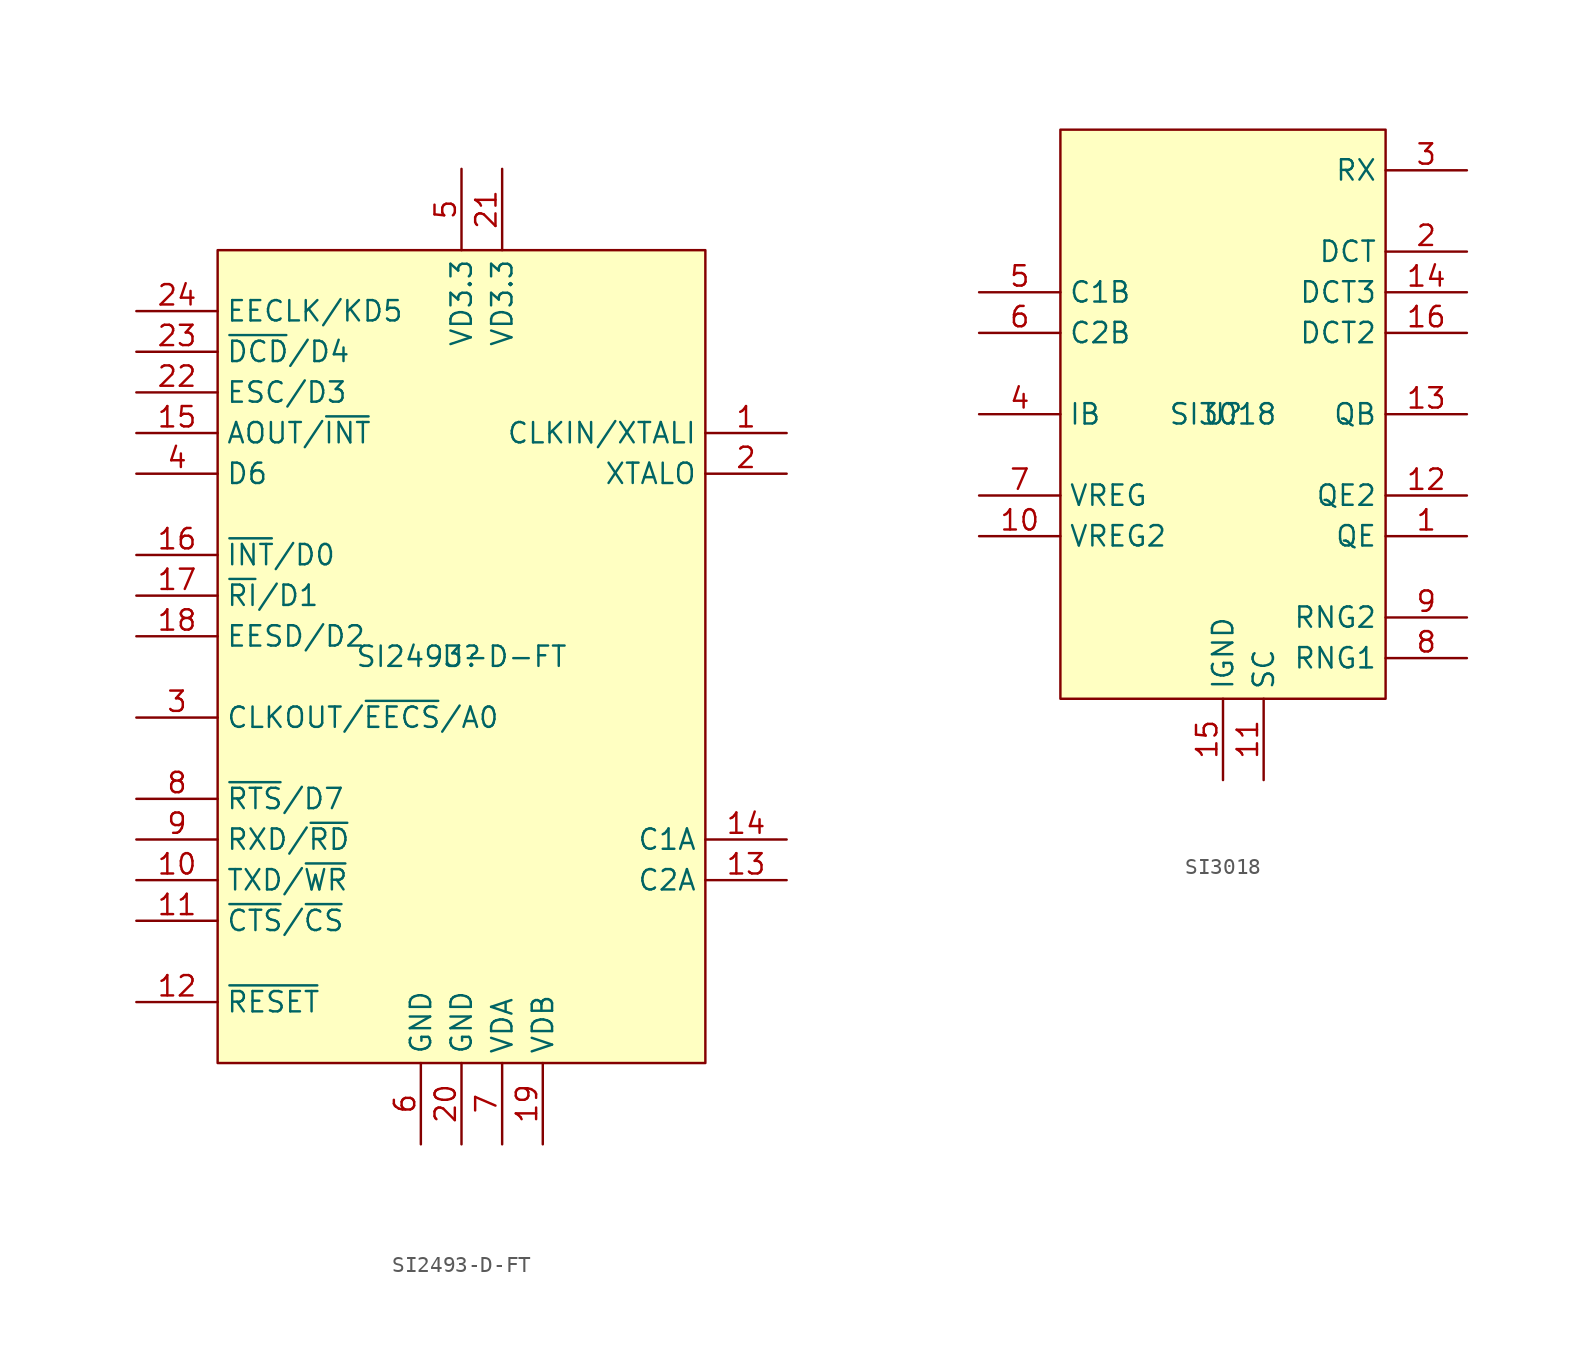
<source format=kicad_sym>
(kicad_symbol_lib
  (version 20231120)
  (generator "kicad_symbol_editor")
  (generator_version "8.0")
  (symbol "SI2493-D-FT"
    (property "Reference" "U"
      (at 0 0 0)
      (effects (font (size 1.27 1.27))))
    (property "Value" "SI2493-D-FT"
      (at 0 0 0)
      (effects (font (size 1.27 1.27))))
    (symbol "SI2493-D-FT_1_1"
      (rectangle (start -15.24 25.4) (end 15.24 -25.4) (stroke (width 0) (type default)) (fill (type background)))
      (pin input line (at 20.32 13.97 180) (length 5.08) (name "CLKIN/XTALI" (effects (font (size 1.27 1.27)))) (number "1" (effects (font (size 1.27 1.27)))))
      (pin bidirectional line (at -20.32 -13.97 0) (length 5.08) (name "TXD/~{WR}" (effects (font (size 1.27 1.27)))) (number "10" (effects (font (size 1.27 1.27)))))
      (pin bidirectional line (at -20.32 -16.51 0) (length 5.08) (name "~{CTS}/~{CS}" (effects (font (size 1.27 1.27)))) (number "11" (effects (font (size 1.27 1.27)))))
      (pin bidirectional line (at -20.32 -21.59 0) (length 5.08) (name "~{RESET}" (effects (font (size 1.27 1.27)))) (number "12" (effects (font (size 1.27 1.27)))))
      (pin bidirectional line (at 20.32 -13.97 180) (length 5.08) (name "C2A" (effects (font (size 1.27 1.27)))) (number "13" (effects (font (size 1.27 1.27)))))
      (pin bidirectional line (at 20.32 -11.43 180) (length 5.08) (name "C1A" (effects (font (size 1.27 1.27)))) (number "14" (effects (font (size 1.27 1.27)))))
      (pin bidirectional line (at -20.32 13.97 0) (length 5.08) (name "AOUT/~{INT}" (effects (font (size 1.27 1.27)))) (number "15" (effects (font (size 1.27 1.27)))))
      (pin bidirectional line (at -20.32 6.35 0) (length 5.08) (name "~{INT}/D0" (effects (font (size 1.27 1.27)))) (number "16" (effects (font (size 1.27 1.27)))))
      (pin bidirectional line (at -20.32 3.81 0) (length 5.08) (name "~{RI}/D1" (effects (font (size 1.27 1.27)))) (number "17" (effects (font (size 1.27 1.27)))))
      (pin bidirectional line (at -20.32 1.27 0) (length 5.08) (name "EESD/D2" (effects (font (size 1.27 1.27)))) (number "18" (effects (font (size 1.27 1.27)))))
      (pin power_in line (at 5.08 -30.48 90) (length 5.08) (name "VDB" (effects (font (size 1.27 1.27)))) (number "19" (effects (font (size 1.27 1.27)))))
      (pin output line (at 20.32 11.43 180) (length 5.08) (name "XTALO" (effects (font (size 1.27 1.27)))) (number "2" (effects (font (size 1.27 1.27)))))
      (pin power_in line (at 0 -30.48 90) (length 5.08) (name "GND" (effects (font (size 1.27 1.27)))) (number "20" (effects (font (size 1.27 1.27)))))
      (pin power_in line (at 2.54 30.48 270) (length 5.08) (name "VD3.3" (effects (font (size 1.27 1.27)))) (number "21" (effects (font (size 1.27 1.27)))))
      (pin bidirectional line (at -20.32 16.51 0) (length 5.08) (name "ESC/D3" (effects (font (size 1.27 1.27)))) (number "22" (effects (font (size 1.27 1.27)))))
      (pin bidirectional line (at -20.32 19.05 0) (length 5.08) (name "~{DCD}/D4" (effects (font (size 1.27 1.27)))) (number "23" (effects (font (size 1.27 1.27)))))
      (pin bidirectional line (at -20.32 21.59 0) (length 5.08) (name "EECLK/KD5" (effects (font (size 1.27 1.27)))) (number "24" (effects (font (size 1.27 1.27)))))
      (pin bidirectional line (at -20.32 -3.81 0) (length 5.08) (name "CLKOUT/~{EECS}/A0" (effects (font (size 1.27 1.27)))) (number "3" (effects (font (size 1.27 1.27)))))
      (pin bidirectional line (at -20.32 11.43 0) (length 5.08) (name "D6" (effects (font (size 1.27 1.27)))) (number "4" (effects (font (size 1.27 1.27)))))
      (pin power_in line (at 0 30.48 270) (length 5.08) (name "VD3.3" (effects (font (size 1.27 1.27)))) (number "5" (effects (font (size 1.27 1.27)))))
      (pin power_in line (at -2.54 -30.48 90) (length 5.08) (name "GND" (effects (font (size 1.27 1.27)))) (number "6" (effects (font (size 1.27 1.27)))))
      (pin power_in line (at 2.54 -30.48 90) (length 5.08) (name "VDA" (effects (font (size 1.27 1.27)))) (number "7" (effects (font (size 1.27 1.27)))))
      (pin bidirectional line (at -20.32 -8.89 0) (length 5.08) (name "~{RTS}/D7" (effects (font (size 1.27 1.27)))) (number "8" (effects (font (size 1.27 1.27)))))
      (pin bidirectional line (at -20.32 -11.43 0) (length 5.08) (name "RXD/~{RD}" (effects (font (size 1.27 1.27)))) (number "9" (effects (font (size 1.27 1.27)))))))
  (symbol "SI3018"
    (property "Reference" "U"
      (at 0 0 0)
      (effects (font (size 1.27 1.27))))
    (property "Value" "SI3018"
      (at 0 0 0)
      (effects (font (size 1.27 1.27))))
    (symbol "SI3018_1_1"
      (rectangle (start -10.16 17.78) (end 10.16 -17.78) (stroke (width 0) (type default)) (fill (type background)))
      (pin bidirectional line (at 15.24 -7.62 180) (length 5.08) (name "QE" (effects (font (size 1.27 1.27)))) (number "1" (effects (font (size 1.27 1.27)))))
      (pin power_out line (at -15.24 -7.62 0) (length 5.08) (name "VREG2" (effects (font (size 1.27 1.27)))) (number "10" (effects (font (size 1.27 1.27)))))
      (pin input line (at 2.54 -22.86 90) (length 5.08) (name "SC" (effects (font (size 1.27 1.27)))) (number "11" (effects (font (size 1.27 1.27)))))
      (pin bidirectional line (at 15.24 -5.08 180) (length 5.08) (name "QE2" (effects (font (size 1.27 1.27)))) (number "12" (effects (font (size 1.27 1.27)))))
      (pin output line (at 15.24 0 180) (length 5.08) (name "QB" (effects (font (size 1.27 1.27)))) (number "13" (effects (font (size 1.27 1.27)))))
      (pin passive line (at 15.24 7.62 180) (length 5.08) (name "DCT3" (effects (font (size 1.27 1.27)))) (number "14" (effects (font (size 1.27 1.27)))))
      (pin power_in line (at 0 -22.86 90) (length 5.08) (name "IGND" (effects (font (size 1.27 1.27)))) (number "15" (effects (font (size 1.27 1.27)))))
      (pin passive line (at 15.24 5.08 180) (length 5.08) (name "DCT2" (effects (font (size 1.27 1.27)))) (number "16" (effects (font (size 1.27 1.27)))))
      (pin passive line (at 15.24 10.16 180) (length 5.08) (name "DCT" (effects (font (size 1.27 1.27)))) (number "2" (effects (font (size 1.27 1.27)))))
      (pin input line (at 15.24 15.24 180) (length 5.08) (name "RX" (effects (font (size 1.27 1.27)))) (number "3" (effects (font (size 1.27 1.27)))))
      (pin passive line (at -15.24 0 0) (length 5.08) (name "IB" (effects (font (size 1.27 1.27)))) (number "4" (effects (font (size 1.27 1.27)))))
      (pin bidirectional line (at -15.24 7.62 0) (length 5.08) (name "C1B" (effects (font (size 1.27 1.27)))) (number "5" (effects (font (size 1.27 1.27)))))
      (pin bidirectional line (at -15.24 5.08 0) (length 5.08) (name "C2B" (effects (font (size 1.27 1.27)))) (number "6" (effects (font (size 1.27 1.27)))))
      (pin power_out line (at -15.24 -5.08 0) (length 5.08) (name "VREG" (effects (font (size 1.27 1.27)))) (number "7" (effects (font (size 1.27 1.27)))))
      (pin bidirectional line (at 15.24 -15.24 180) (length 5.08) (name "RNG1" (effects (font (size 1.27 1.27)))) (number "8" (effects (font (size 1.27 1.27)))))
      (pin bidirectional line (at 15.24 -12.7 180) (length 5.08) (name "RNG2" (effects (font (size 1.27 1.27)))) (number "9" (effects (font (size 1.27 1.27))))))))
</source>
